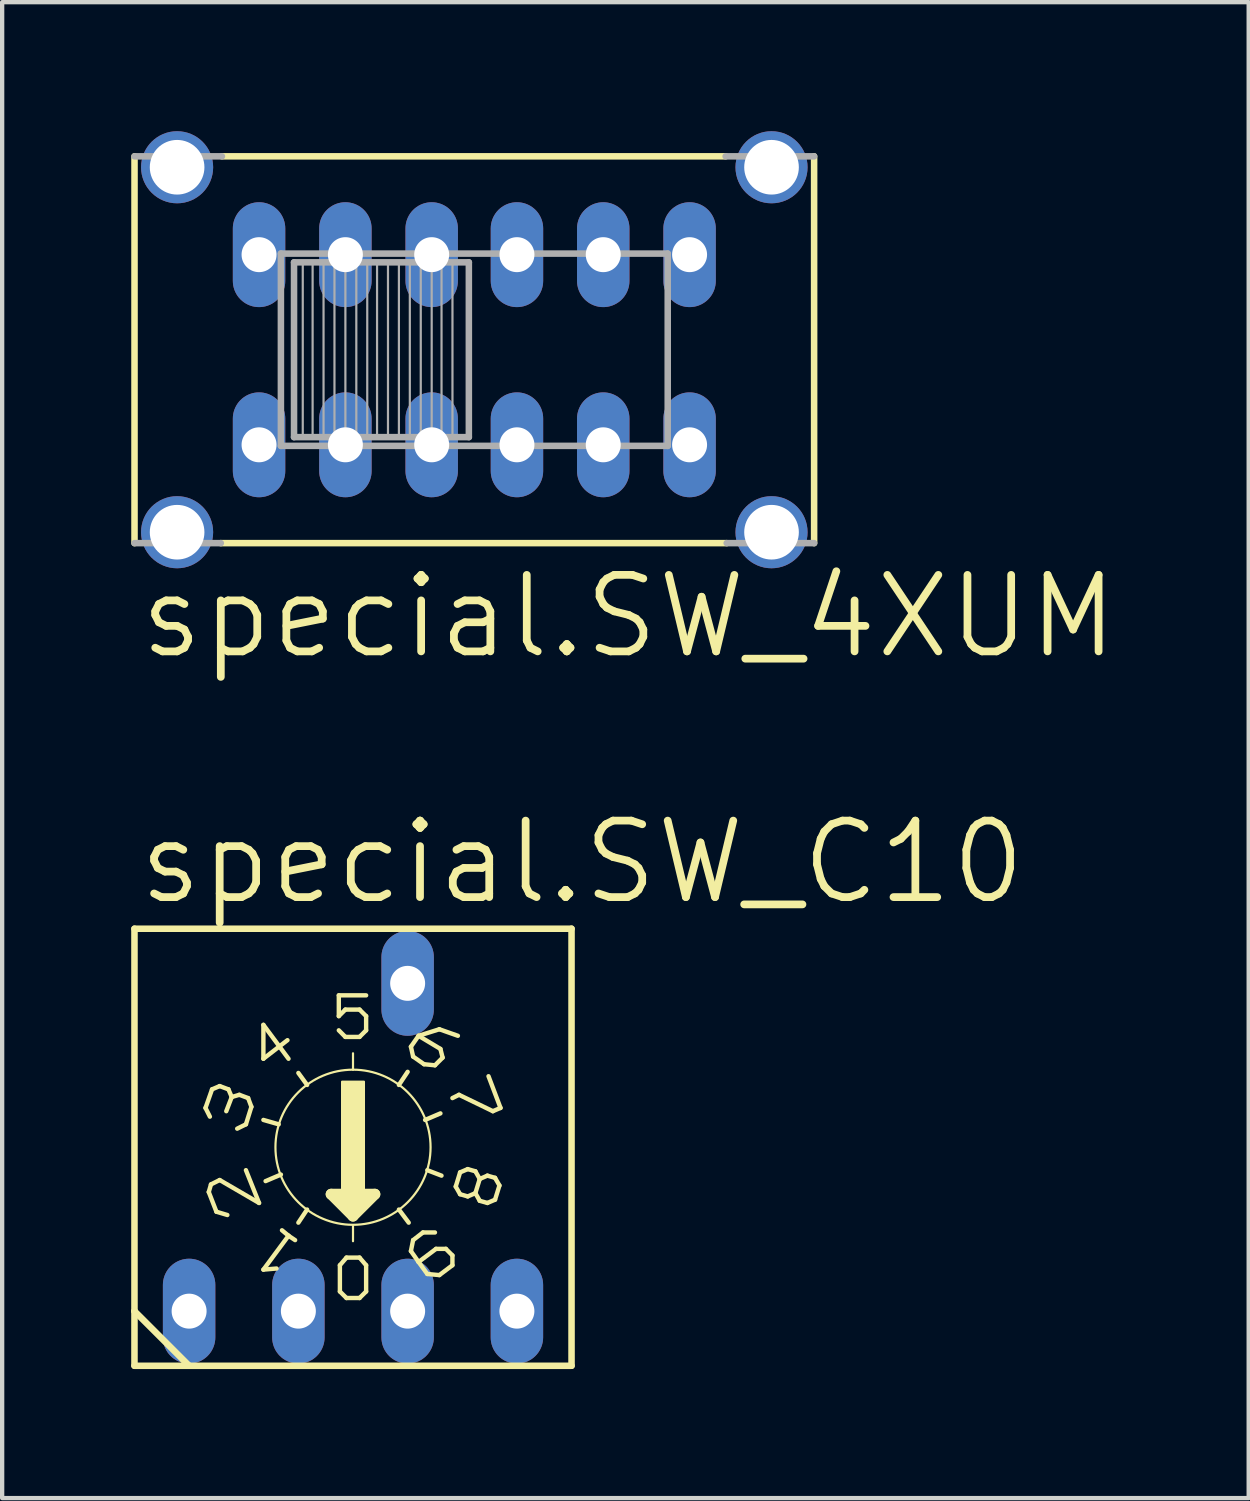
<source format=kicad_pcb>
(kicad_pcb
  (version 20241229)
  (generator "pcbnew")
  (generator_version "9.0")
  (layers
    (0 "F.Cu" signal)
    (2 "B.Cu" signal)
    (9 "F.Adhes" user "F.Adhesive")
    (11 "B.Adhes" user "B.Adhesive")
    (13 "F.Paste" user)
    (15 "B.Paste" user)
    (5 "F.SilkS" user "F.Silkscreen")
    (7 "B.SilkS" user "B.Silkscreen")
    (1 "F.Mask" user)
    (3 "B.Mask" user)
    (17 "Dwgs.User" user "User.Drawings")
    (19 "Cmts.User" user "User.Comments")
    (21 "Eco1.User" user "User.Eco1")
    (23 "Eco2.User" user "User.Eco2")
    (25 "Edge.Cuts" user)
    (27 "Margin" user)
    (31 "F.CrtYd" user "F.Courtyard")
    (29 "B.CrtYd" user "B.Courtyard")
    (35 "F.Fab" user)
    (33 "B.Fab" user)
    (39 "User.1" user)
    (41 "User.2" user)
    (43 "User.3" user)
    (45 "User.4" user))
  (footprint "special.SW_C10"
    (layer "F.Cu")
    (at 5.156 23.619)
    (property "Reference" "special.SW_C10" (at -5.08 -5.588 0) (layer "F.SilkS") (effects (font (size 1.778 1.778) (thickness 0.18)) (justify left bottom)))
    (attr through_hole)
    (fp_line (start -5.08 3.81) (end -5.08 -5.08) (stroke (width 0.152) (type default)) (layer "F.SilkS"))
    (fp_line (start -5.08 3.81) (end -3.81 5.08) (stroke (width 0.152) (type default)) (layer "F.SilkS"))
    (fp_line (start -5.08 5.08) (end -5.08 3.81) (stroke (width 0.152) (type default)) (layer "F.SilkS"))
    (fp_line (start -5.08 5.08) (end -3.81 5.08) (stroke (width 0.152) (type default)) (layer "F.SilkS"))
    (fp_line (start -3.81 5.08) (end 5.08 5.08) (stroke (width 0.152) (type default)) (layer "F.SilkS"))
    (fp_line (start -3.429 -0.914) (end -3.327 -0.711) (stroke (width 0.102) (type default)) (layer "F.SilkS"))
    (fp_line (start -3.353 1.041) (end -3.175 1.499) (stroke (width 0.102) (type default)) (layer "F.SilkS"))
    (fp_line (start -3.302 0.864) (end -3.353 1.041) (stroke (width 0.102) (type default)) (layer "F.SilkS"))
    (fp_line (start -3.277 -1.346) (end -3.429 -0.914) (stroke (width 0.102) (type default)) (layer "F.SilkS"))
    (fp_line (start -3.175 1.499) (end -2.921 1.575) (stroke (width 0.102) (type default)) (layer "F.SilkS"))
    (fp_line (start -3.099 -1.422) (end -3.277 -1.346) (stroke (width 0.102) (type default)) (layer "F.SilkS"))
    (fp_line (start -3.099 0.762) (end -3.302 0.864) (stroke (width 0.102) (type default)) (layer "F.SilkS"))
    (fp_line (start -2.896 -1.346) (end -3.099 -1.422) (stroke (width 0.102) (type default)) (layer "F.SilkS"))
    (fp_line (start -2.819 -1.168) (end -2.946 -0.838) (stroke (width 0.102) (type default)) (layer "F.SilkS"))
    (fp_line (start -2.819 -1.168) (end -2.896 -1.346) (stroke (width 0.102) (type default)) (layer "F.SilkS"))
    (fp_line (start -2.642 -1.219) (end -2.819 -1.168) (stroke (width 0.102) (type default)) (layer "F.SilkS"))
    (fp_line (start -2.489 -0.533) (end -2.692 -0.432) (stroke (width 0.102) (type default)) (layer "F.SilkS"))
    (fp_line (start -2.489 -0.533) (end -2.362 -0.94) (stroke (width 0.102) (type default)) (layer "F.SilkS"))
    (fp_line (start -2.489 0.533) (end -2.184 1.295) (stroke (width 0.102) (type default)) (layer "F.SilkS"))
    (fp_line (start -2.438 -1.143) (end -2.642 -1.219) (stroke (width 0.102) (type default)) (layer "F.SilkS"))
    (fp_line (start -2.362 -0.94) (end -2.438 -1.143) (stroke (width 0.102) (type default)) (layer "F.SilkS"))
    (fp_line (start -2.184 1.295) (end -3.099 0.762) (stroke (width 0.102) (type default)) (layer "F.SilkS"))
    (fp_line (start -2.083 -2.845) (end -2.083 -2.057) (stroke (width 0.102) (type default)) (layer "F.SilkS"))
    (fp_line (start -2.083 -2.845) (end -1.499 -2.057) (stroke (width 0.102) (type default)) (layer "F.SilkS"))
    (fp_line (start -2.083 -2.057) (end -1.524 -2.489) (stroke (width 0.102) (type default)) (layer "F.SilkS"))
    (fp_line (start -2.083 2.845) (end -1.778 2.819) (stroke (width 0.102) (type default)) (layer "F.SilkS"))
    (fp_line (start -1.727 -0.533) (end -2.083 -0.635) (stroke (width 0.102) (type default)) (layer "F.SilkS"))
    (fp_line (start -1.676 0.635) (end -2.032 0.787) (stroke (width 0.102) (type default)) (layer "F.SilkS"))
    (fp_line (start -1.651 1.93) (end -1.499 2.057) (stroke (width 0.102) (type default)) (layer "F.SilkS"))
    (fp_line (start -1.499 2.057) (end -2.083 2.845) (stroke (width 0.102) (type default)) (layer "F.SilkS"))
    (fp_line (start -1.499 2.057) (end -1.346 2.159) (stroke (width 0.102) (type default)) (layer "F.SilkS"))
    (fp_line (start -1.067 -1.448) (end -1.27 -1.727) (stroke (width 0.102) (type default)) (layer "F.SilkS"))
    (fp_line (start -1.067 1.448) (end -1.27 1.753) (stroke (width 0.102) (type default)) (layer "F.SilkS"))
    (fp_line (start -0.508 1.092) (end 0 1.6) (stroke (width 0.254) (type default)) (layer "F.SilkS"))
    (fp_line (start -0.33 -3.048) (end -0.33 -3.531) (stroke (width 0.102) (type default)) (layer "F.SilkS"))
    (fp_line (start -0.33 -2.718) (end -0.178 -2.565) (stroke (width 0.102) (type default)) (layer "F.SilkS"))
    (fp_line (start -0.305 2.743) (end -0.305 3.353) (stroke (width 0.102) (type default)) (layer "F.SilkS"))
    (fp_line (start -0.305 3.353) (end -0.152 3.505) (stroke (width 0.102) (type default)) (layer "F.SilkS"))
    (fp_line (start -0.254 1.219) (end 0.254 1.219) (stroke (width 0.254) (type default)) (layer "F.SilkS"))
    (fp_line (start -0.178 -3.2) (end -0.33 -3.048) (stroke (width 0.102) (type default)) (layer "F.SilkS"))
    (fp_line (start -0.178 -2.565) (end 0.152 -2.565) (stroke (width 0.102) (type default)) (layer "F.SilkS"))
    (fp_line (start -0.152 2.565) (end -0.305 2.743) (stroke (width 0.102) (type default)) (layer "F.SilkS"))
    (fp_line (start -0.152 3.505) (end 0.152 3.505) (stroke (width 0.102) (type default)) (layer "F.SilkS"))
    (fp_line (start 0 -1.803) (end 0 -2.184) (stroke (width 0.051) (type default)) (layer "F.SilkS"))
    (fp_line (start 0 1.473) (end 0 1.346) (stroke (width 0.254) (type default)) (layer "F.SilkS"))
    (fp_line (start 0 1.6) (end 0.508 1.092) (stroke (width 0.254) (type default)) (layer "F.SilkS"))
    (fp_line (start 0 1.829) (end 0 2.184) (stroke (width 0.051) (type default)) (layer "F.SilkS"))
    (fp_line (start 0.152 -3.2) (end -0.178 -3.2) (stroke (width 0.102) (type default)) (layer "F.SilkS"))
    (fp_line (start 0.152 -2.565) (end 0.305 -2.718) (stroke (width 0.102) (type default)) (layer "F.SilkS"))
    (fp_line (start 0.152 2.565) (end -0.152 2.565) (stroke (width 0.102) (type default)) (layer "F.SilkS"))
    (fp_line (start 0.152 3.505) (end 0.305 3.353) (stroke (width 0.102) (type default)) (layer "F.SilkS"))
    (fp_line (start 0.305 -3.531) (end -0.33 -3.531) (stroke (width 0.102) (type default)) (layer "F.SilkS"))
    (fp_line (start 0.305 -3.048) (end 0.152 -3.2) (stroke (width 0.102) (type default)) (layer "F.SilkS"))
    (fp_line (start 0.305 -3.048) (end 0.305 -2.718) (stroke (width 0.102) (type default)) (layer "F.SilkS"))
    (fp_line (start 0.305 2.743) (end 0.152 2.565) (stroke (width 0.102) (type default)) (layer "F.SilkS"))
    (fp_line (start 0.305 3.353) (end 0.305 2.743) (stroke (width 0.102) (type default)) (layer "F.SilkS"))
    (fp_line (start 0.508 1.092) (end -0.508 1.092) (stroke (width 0.254) (type default)) (layer "F.SilkS"))
    (fp_line (start 1.067 -1.448) (end 1.27 -1.753) (stroke (width 0.102) (type default)) (layer "F.SilkS"))
    (fp_line (start 1.067 1.448) (end 1.295 1.753) (stroke (width 0.102) (type default)) (layer "F.SilkS"))
    (fp_line (start 1.346 -2.337) (end 1.524 -2.591) (stroke (width 0.102) (type default)) (layer "F.SilkS"))
    (fp_line (start 1.346 2.413) (end 1.524 2.667) (stroke (width 0.102) (type default)) (layer "F.SilkS"))
    (fp_line (start 1.397 -2.108) (end 1.346 -2.337) (stroke (width 0.102) (type default)) (layer "F.SilkS"))
    (fp_line (start 1.397 -2.108) (end 1.651 -1.93) (stroke (width 0.102) (type default)) (layer "F.SilkS"))
    (fp_line (start 1.397 2.159) (end 1.346 2.413) (stroke (width 0.102) (type default)) (layer "F.SilkS"))
    (fp_line (start 1.397 2.159) (end 1.626 1.981) (stroke (width 0.102) (type default)) (layer "F.SilkS"))
    (fp_line (start 1.524 -2.591) (end 2.007 -2.743) (stroke (width 0.102) (type default)) (layer "F.SilkS"))
    (fp_line (start 1.524 2.667) (end 1.727 2.946) (stroke (width 0.102) (type default)) (layer "F.SilkS"))
    (fp_line (start 1.626 1.981) (end 1.905 1.981) (stroke (width 0.102) (type default)) (layer "F.SilkS"))
    (fp_line (start 1.651 -1.93) (end 1.905 -1.905) (stroke (width 0.102) (type default)) (layer "F.SilkS"))
    (fp_line (start 1.676 -0.635) (end 2.032 -0.787) (stroke (width 0.102) (type default)) (layer "F.SilkS"))
    (fp_line (start 1.727 0.533) (end 2.057 0.66) (stroke (width 0.102) (type default)) (layer "F.SilkS"))
    (fp_line (start 1.727 2.946) (end 2.007 2.972) (stroke (width 0.102) (type default)) (layer "F.SilkS"))
    (fp_line (start 1.905 -1.905) (end 2.083 -2.083) (stroke (width 0.102) (type default)) (layer "F.SilkS"))
    (fp_line (start 1.93 2.362) (end 1.524 2.667) (stroke (width 0.102) (type default)) (layer "F.SilkS"))
    (fp_line (start 2.007 -2.743) (end 2.438 -2.591) (stroke (width 0.102) (type default)) (layer "F.SilkS"))
    (fp_line (start 2.007 2.972) (end 2.311 2.743) (stroke (width 0.102) (type default)) (layer "F.SilkS"))
    (fp_line (start 2.032 -2.286) (end 1.524 -2.591) (stroke (width 0.102) (type default)) (layer "F.SilkS"))
    (fp_line (start 2.083 -2.083) (end 2.032 -2.286) (stroke (width 0.102) (type default)) (layer "F.SilkS"))
    (fp_line (start 2.159 2.362) (end 1.93 2.362) (stroke (width 0.102) (type default)) (layer "F.SilkS"))
    (fp_line (start 2.311 2.515) (end 2.159 2.362) (stroke (width 0.102) (type default)) (layer "F.SilkS"))
    (fp_line (start 2.311 2.743) (end 2.311 2.515) (stroke (width 0.102) (type default)) (layer "F.SilkS"))
    (fp_line (start 2.388 0.914) (end 2.489 1.092) (stroke (width 0.102) (type default)) (layer "F.SilkS"))
    (fp_line (start 2.464 -1.219) (end 2.311 -1.143) (stroke (width 0.102) (type default)) (layer "F.SilkS"))
    (fp_line (start 2.489 0.584) (end 2.388 0.914) (stroke (width 0.102) (type default)) (layer "F.SilkS"))
    (fp_line (start 2.489 1.092) (end 2.667 1.143) (stroke (width 0.102) (type default)) (layer "F.SilkS"))
    (fp_line (start 2.667 0.508) (end 2.489 0.584) (stroke (width 0.102) (type default)) (layer "F.SilkS"))
    (fp_line (start 2.667 1.143) (end 2.845 1.067) (stroke (width 0.102) (type default)) (layer "F.SilkS"))
    (fp_line (start 2.845 0.559) (end 2.667 0.508) (stroke (width 0.102) (type default)) (layer "F.SilkS"))
    (fp_line (start 2.845 1.067) (end 2.946 0.737) (stroke (width 0.102) (type default)) (layer "F.SilkS"))
    (fp_line (start 2.845 1.067) (end 2.946 1.245) (stroke (width 0.102) (type default)) (layer "F.SilkS"))
    (fp_line (start 2.946 0.737) (end 2.845 0.559) (stroke (width 0.102) (type default)) (layer "F.SilkS"))
    (fp_line (start 2.946 1.245) (end 3.124 1.295) (stroke (width 0.102) (type default)) (layer "F.SilkS"))
    (fp_line (start 3.124 0.66) (end 2.946 0.737) (stroke (width 0.102) (type default)) (layer "F.SilkS"))
    (fp_line (start 3.124 1.295) (end 3.302 1.219) (stroke (width 0.102) (type default)) (layer "F.SilkS"))
    (fp_line (start 3.15 -1.651) (end 3.429 -0.914) (stroke (width 0.102) (type default)) (layer "F.SilkS"))
    (fp_line (start 3.251 -0.838) (end 2.464 -1.219) (stroke (width 0.102) (type default)) (layer "F.SilkS"))
    (fp_line (start 3.302 0.711) (end 3.124 0.66) (stroke (width 0.102) (type default)) (layer "F.SilkS"))
    (fp_line (start 3.302 1.219) (end 3.404 0.889) (stroke (width 0.102) (type default)) (layer "F.SilkS"))
    (fp_line (start 3.404 0.889) (end 3.302 0.711) (stroke (width 0.102) (type default)) (layer "F.SilkS"))
    (fp_line (start 3.429 -0.914) (end 3.251 -0.838) (stroke (width 0.102) (type default)) (layer "F.SilkS"))
    (fp_line (start 5.08 -5.08) (end -5.08 -5.08) (stroke (width 0.152) (type default)) (layer "F.SilkS"))
    (fp_line (start 5.08 5.08) (end 5.08 -5.08) (stroke (width 0.152) (type default)) (layer "F.SilkS"))
    (fp_rect (start -0.254 1.016) (end 0.254 -1.524) (stroke (width 0.05) (type default)) (fill yes) (layer "F.SilkS"))
    (fp_circle (center 0 0) (end 1.803 0) (stroke (width 0.051) (type default)) (fill no) (layer "F.SilkS"))
    (pad "1" thru_hole oval (at -3.81 3.81 90) (size 2.438 1.219) (drill 0.813) (layers "*.Cu" "*.Mask"))
    (pad "2" thru_hole oval (at -1.27 3.81 90) (size 2.438 1.219) (drill 0.813) (layers "*.Cu" "*.Mask"))
    (pad "4" thru_hole oval (at 1.27 3.81 90) (size 2.438 1.219) (drill 0.813) (layers "*.Cu" "*.Mask"))
    (pad "8" thru_hole oval (at 3.81 3.81 90) (size 2.438 1.219) (drill 0.813) (layers "*.Cu" "*.Mask"))
    (pad "C" thru_hole oval (at 1.27 -3.81 90) (size 2.438 1.219) (drill 0.813) (layers "*.Cu" "*.Mask")))
  (footprint "special.SW_4XUM"
    (layer "F.Cu")
    (at 7.976 5.08)
    (property "Reference" "special.SW_4XUM" (at -7.874 7.239 0) (layer "F.SilkS") (effects (font (size 1.778 1.778) (thickness 0.18)) (justify left bottom)))
    (attr through_hole)
    (fp_line (start -7.899 -4.496) (end -7.899 4.496) (stroke (width 0.152) (type default)) (layer "F.SilkS"))
    (fp_line (start -5.893 4.496) (end 5.867 4.496) (stroke (width 0.152) (type default)) (layer "F.SilkS"))
    (fp_line (start 5.842 -4.496) (end -5.867 -4.496) (stroke (width 0.152) (type default)) (layer "F.SilkS"))
    (fp_line (start 7.899 4.496) (end 7.899 -4.496) (stroke (width 0.152) (type default)) (layer "F.SilkS"))
    (fp_line (start -7.899 4.496) (end -5.893 4.496) (stroke (width 0.152) (type default)) (layer "F.Fab"))
    (fp_line (start -5.867 -4.496) (end -7.899 -4.496) (stroke (width 0.152) (type default)) (layer "F.Fab"))
    (fp_line (start -4.496 -2.235) (end -4.496 2.235) (stroke (width 0.152) (type default)) (layer "F.Fab"))
    (fp_line (start -4.496 2.235) (end 4.496 2.235) (stroke (width 0.152) (type default)) (layer "F.Fab"))
    (fp_line (start -4.191 -2.032) (end -0.127 -2.032) (stroke (width 0.152) (type default)) (layer "F.Fab"))
    (fp_line (start -4.191 2.032) (end -4.191 -2.032) (stroke (width 0.152) (type default)) (layer "F.Fab"))
    (fp_line (start -3.988 2.007) (end -3.988 -2.007) (stroke (width 0.051) (type default)) (layer "F.Fab"))
    (fp_line (start -3.759 -2.007) (end -3.759 2.007) (stroke (width 0.051) (type default)) (layer "F.Fab"))
    (fp_line (start -3.505 2.007) (end -3.505 -2.007) (stroke (width 0.051) (type default)) (layer "F.Fab"))
    (fp_line (start -3.251 -2.007) (end -3.251 2.007) (stroke (width 0.051) (type default)) (layer "F.Fab"))
    (fp_line (start -2.997 2.007) (end -2.997 -2.007) (stroke (width 0.051) (type default)) (layer "F.Fab"))
    (fp_line (start -2.743 -2.007) (end -2.743 2.007) (stroke (width 0.051) (type default)) (layer "F.Fab"))
    (fp_line (start -2.489 2.007) (end -2.489 -2.007) (stroke (width 0.051) (type default)) (layer "F.Fab"))
    (fp_line (start -2.261 -2.007) (end -2.261 2.007) (stroke (width 0.051) (type default)) (layer "F.Fab"))
    (fp_line (start -2.007 2.007) (end -2.007 -2.007) (stroke (width 0.051) (type default)) (layer "F.Fab"))
    (fp_line (start -1.753 -2.007) (end -1.753 2.007) (stroke (width 0.051) (type default)) (layer "F.Fab"))
    (fp_line (start -1.499 2.007) (end -1.499 -2.007) (stroke (width 0.051) (type default)) (layer "F.Fab"))
    (fp_line (start -1.245 -2.007) (end -1.245 2.007) (stroke (width 0.051) (type default)) (layer "F.Fab"))
    (fp_line (start -0.991 2.007) (end -0.991 -2.007) (stroke (width 0.051) (type default)) (layer "F.Fab"))
    (fp_line (start -0.762 -2.007) (end -0.762 2.007) (stroke (width 0.051) (type default)) (layer "F.Fab"))
    (fp_line (start -0.508 2.007) (end -0.508 -2.007) (stroke (width 0.051) (type default)) (layer "F.Fab"))
    (fp_line (start -0.127 -2.032) (end -0.127 2.032) (stroke (width 0.152) (type default)) (layer "F.Fab"))
    (fp_line (start -0.127 2.032) (end -4.191 2.032) (stroke (width 0.152) (type default)) (layer "F.Fab"))
    (fp_line (start 4.496 -2.235) (end -4.496 -2.235) (stroke (width 0.152) (type default)) (layer "F.Fab"))
    (fp_line (start 4.496 2.235) (end 4.496 -2.235) (stroke (width 0.152) (type default)) (layer "F.Fab"))
    (fp_line (start 5.867 4.496) (end 7.899 4.496) (stroke (width 0.152) (type default)) (layer "F.Fab"))
    (fp_line (start 7.899 -4.496) (end 5.842 -4.496) (stroke (width 0.152) (type default)) (layer "F.Fab"))
    (pad "1" thru_hole oval (at -5.004 2.21 90) (size 2.438 1.219) (drill 0.813) (layers "*.Cu" "*.Mask"))
    (pad "2" thru_hole oval (at -2.997 2.21 90) (size 2.438 1.219) (drill 0.813) (layers "*.Cu" "*.Mask"))
    (pad "3" thru_hole oval (at -0.991 2.21 90) (size 2.438 1.219) (drill 0.813) (layers "*.Cu" "*.Mask"))
    (pad "4" thru_hole oval (at 0.991 2.21 90) (size 2.438 1.219) (drill 0.813) (layers "*.Cu" "*.Mask"))
    (pad "5" thru_hole oval (at 2.997 2.21 90) (size 2.438 1.219) (drill 0.813) (layers "*.Cu" "*.Mask"))
    (pad "6" thru_hole oval (at 5.004 2.21 90) (size 2.438 1.219) (drill 0.813) (layers "*.Cu" "*.Mask"))
    (pad "7" thru_hole oval (at -5.004 -2.21 90) (size 2.438 1.219) (drill 0.813) (layers "*.Cu" "*.Mask"))
    (pad "8" thru_hole oval (at -2.997 -2.21 90) (size 2.438 1.219) (drill 0.813) (layers "*.Cu" "*.Mask"))
    (pad "9" thru_hole oval (at -0.991 -2.21 90) (size 2.438 1.219) (drill 0.813) (layers "*.Cu" "*.Mask"))
    (pad "10" thru_hole oval (at 0.991 -2.21 90) (size 2.438 1.219) (drill 0.813) (layers "*.Cu" "*.Mask"))
    (pad "11" thru_hole oval (at 2.997 -2.21 90) (size 2.438 1.219) (drill 0.813) (layers "*.Cu" "*.Mask"))
    (pad "12" thru_hole oval (at 5.004 -2.21 90) (size 2.438 1.219) (drill 0.813) (layers "*.Cu" "*.Mask"))
    (pad "M1" thru_hole circle (at -6.909 4.242) (size 1.676 1.676) (drill 1.27) (layers "*.Cu" "*.Mask"))
    (pad "M2" thru_hole circle (at 6.909 4.242) (size 1.676 1.676) (drill 1.27) (layers "*.Cu" "*.Mask"))
    (pad "M3" thru_hole circle (at 6.909 -4.242) (size 1.676 1.676) (drill 1.27) (layers "*.Cu" "*.Mask"))
    (pad "M4" thru_hole circle (at -6.909 -4.242) (size 1.676 1.676) (drill 1.27) (layers "*.Cu" "*.Mask")))
  (gr_rect
    (start -3 -3)
    (end 25.977 31.775)
    (stroke (width 0.1) (type default))
    (fill no)
    (layer "Edge.Cuts")))
</source>
